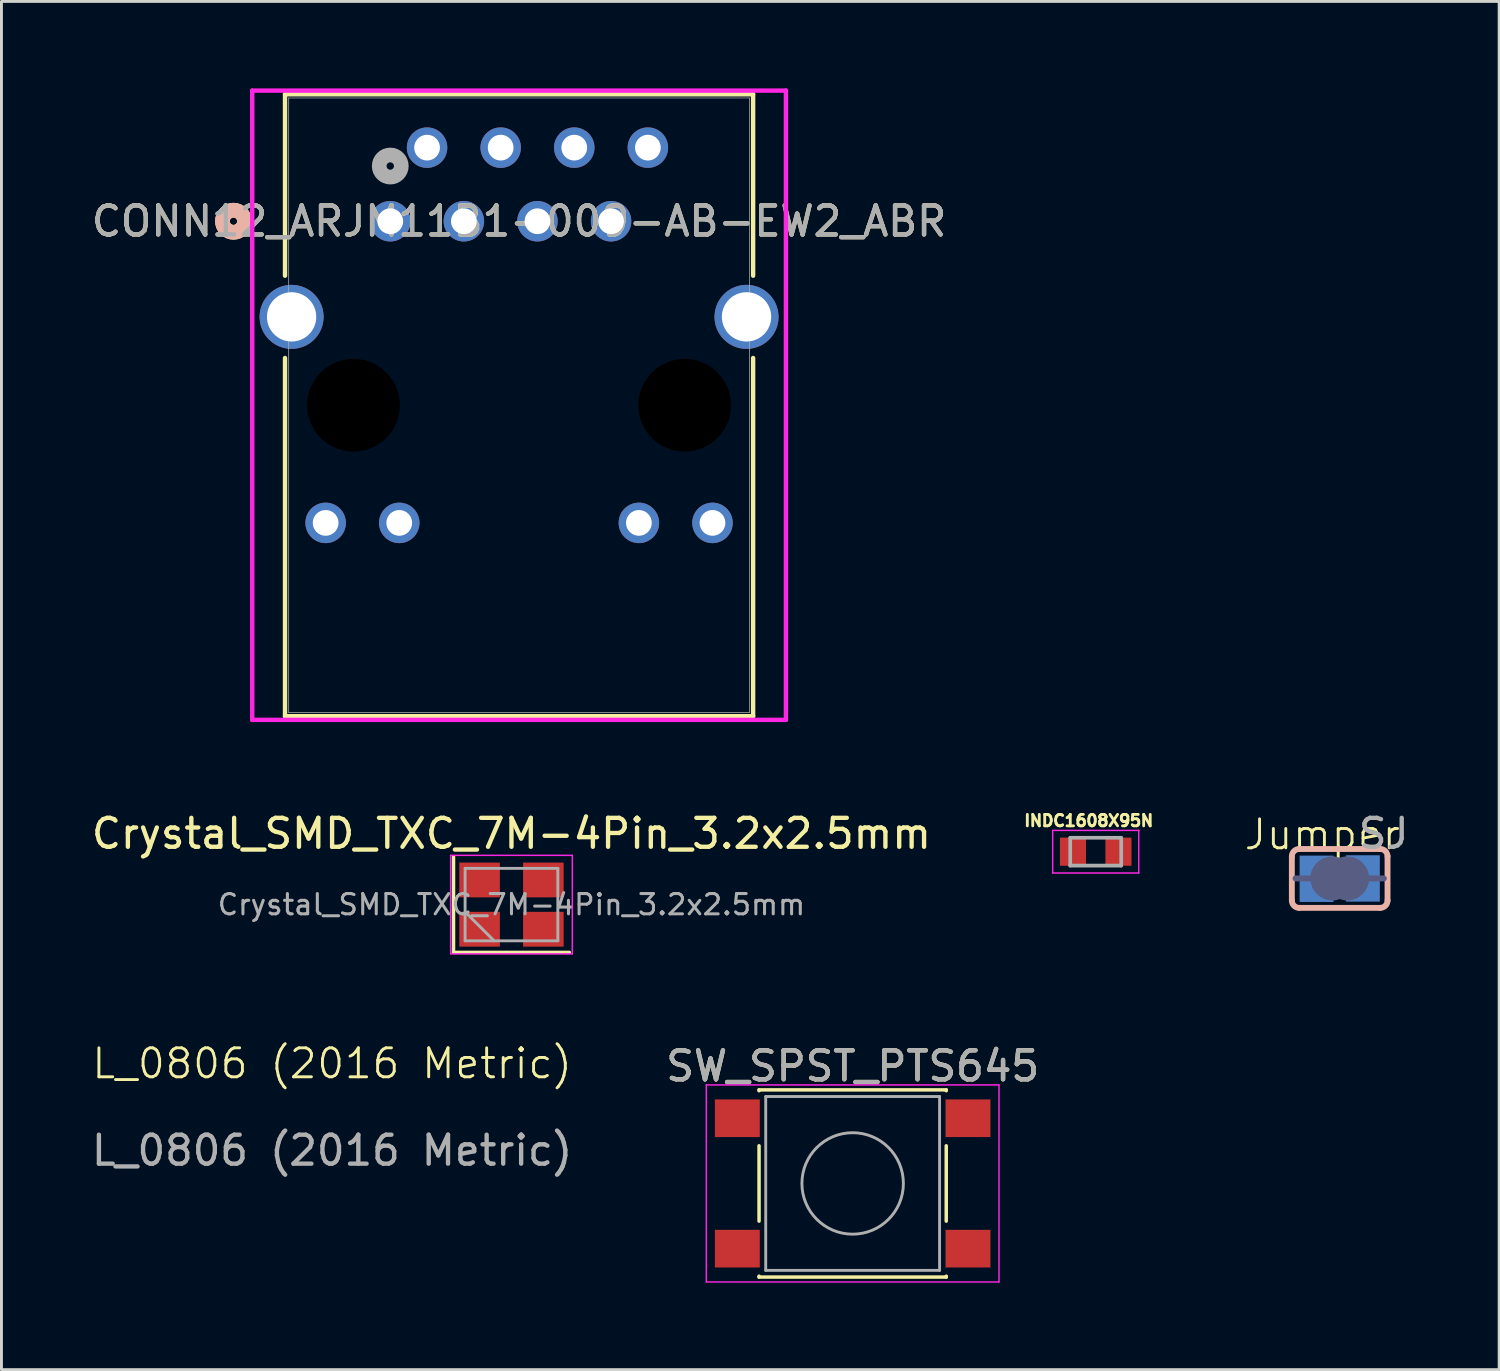
<source format=kicad_pcb>
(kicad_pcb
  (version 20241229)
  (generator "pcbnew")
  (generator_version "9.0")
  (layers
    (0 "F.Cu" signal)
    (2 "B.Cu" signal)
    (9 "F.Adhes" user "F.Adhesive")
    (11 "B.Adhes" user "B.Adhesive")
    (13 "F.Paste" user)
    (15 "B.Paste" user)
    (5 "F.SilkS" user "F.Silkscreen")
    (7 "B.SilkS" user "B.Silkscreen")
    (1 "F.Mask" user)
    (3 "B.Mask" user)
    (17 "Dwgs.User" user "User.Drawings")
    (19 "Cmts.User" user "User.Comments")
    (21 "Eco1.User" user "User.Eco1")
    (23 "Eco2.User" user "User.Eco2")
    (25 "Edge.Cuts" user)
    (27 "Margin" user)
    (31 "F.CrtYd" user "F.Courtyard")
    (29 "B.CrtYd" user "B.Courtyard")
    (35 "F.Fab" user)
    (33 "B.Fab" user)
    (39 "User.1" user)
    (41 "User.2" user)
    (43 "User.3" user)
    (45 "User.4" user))
  (footprint "Jumper"
    (layer "F.Cu")
    (at 44.76 26.323)
    (property "Reference" "Jumper" (at -2.176 -0.572 0) (unlocked yes) (layer "F.SilkS") (effects (font (size 1 1) (thickness 0.1))))
    (attr smd exclude_from_bom)
    (fp_poly (pts (xy -1.653 0.027) (xy -1.5 0.027) (xy -1.5 1.856) (xy -1.653 1.856)) (stroke (width 0) (type default)) (fill yes) (layer "B.Mask"))
    (fp_line (start -3.228 0.18) (end -3.228 1.704) (stroke (width 0.203) (type solid)) (layer "B.SilkS"))
    (fp_line (start -2.974 1.958) (end -0.18 1.958) (stroke (width 0.203) (type solid)) (layer "B.SilkS"))
    (fp_line (start -0.18 -0.074) (end -2.974 -0.074) (stroke (width 0.203) (type solid)) (layer "B.SilkS"))
    (fp_line (start 0.074 0.18) (end 0.074 1.704) (stroke (width 0.203) (type solid)) (layer "B.SilkS"))
    (fp_arc (start -3.227605 0.179605) (mid -3.15321 0) (end -2.973605 -0.074395) (stroke (width 0.2032) (type solid)) (layer "B.SilkS"))
    (fp_arc (start -2.973605 1.957605) (mid -3.15321 1.88321) (end -3.227605 1.703605) (stroke (width 0.2032) (type solid)) (layer "B.SilkS"))
    (fp_arc (start -0.179605 -0.074395) (mid 0 0) (end 0.074395 0.179605) (stroke (width 0.2032) (type solid)) (layer "B.SilkS"))
    (fp_arc (start 0.074395 1.703605) (mid 0 1.88321) (end -0.179605 1.957605) (stroke (width 0.2032) (type solid)) (layer "B.SilkS"))
    (fp_line (start -2.593 0.942) (end -3.101 0.942) (stroke (width 0.203) (type solid)) (layer "B.Fab"))
    (fp_line (start -0.561 0.942) (end -0.053 0.942) (stroke (width 0.203) (type solid)) (layer "B.Fab"))
    (fp_arc (start -1.830605 1.068605) (mid -1.957605 0.941605) (end -1.830605 0.814605) (stroke (width 1.27) (type solid)) (layer "B.Fab"))
    (fp_arc (start -1.322605 0.814605) (mid -1.195605 0.941605) (end -1.322605 1.068605) (stroke (width 1.27) (type solid)) (layer "B.Fab"))
    (fp_text user "SJ" (at -0.056 -0.605 0) (unlocked yes) (layer "F.Fab") (effects (font (size 1 1) (thickness 0.15))))
    (pad "1" smd rect (at -0.776 0.942 180) (size 1.168 1.6) (layers "B.Cu" "B.Mask"))
    (pad "2" smd rect (at -2.376 0.954 180) (size 1.168 1.6) (layers "B.Cu" "B.Mask")))
  (footprint "CONN12_ARJM11B1-009-AB-EW2_ABR"
    (layer "F.Cu")
    (at 14.863 10.935)
    (property "Reference" "CONN12_ARJM11B1-009-AB-EW2_ABR" (at 0 -6.35 0) (unlocked yes) (layer "F.SilkS") (effects (font (size 1 1) (thickness 0.15))))
    (attr through_hole)
    (fp_line (start -8.077 -10.732) (end -8.077 -4.47) (stroke (width 0.152) (type solid)) (layer "F.SilkS"))
    (fp_line (start -8.077 -1.63) (end -8.077 10.732) (stroke (width 0.152) (type solid)) (layer "F.SilkS"))
    (fp_line (start -8.077 10.732) (end 8.077 10.732) (stroke (width 0.152) (type solid)) (layer "F.SilkS"))
    (fp_line (start 8.077 -10.732) (end -8.077 -10.732) (stroke (width 0.152) (type solid)) (layer "F.SilkS"))
    (fp_line (start 8.077 -4.47) (end 8.077 -10.732) (stroke (width 0.152) (type solid)) (layer "F.SilkS"))
    (fp_line (start 8.077 10.732) (end 8.077 -1.63) (stroke (width 0.152) (type solid)) (layer "F.SilkS"))
    (fp_circle (center -9.855 -6.35) (end -9.474 -6.35) (stroke (width 0.508) (type solid)) (fill no) (layer "F.SilkS"))
    (fp_circle (center -9.855 -6.35) (end -9.474 -6.35) (stroke (width 0.508) (type solid)) (fill no) (layer "B.SilkS"))
    (fp_line (start -9.209 -10.858) (end -9.209 10.858) (stroke (width 0.152) (type solid)) (layer "F.CrtYd"))
    (fp_line (start -9.209 10.858) (end 9.209 10.858) (stroke (width 0.152) (type solid)) (layer "F.CrtYd"))
    (fp_line (start 9.209 -10.858) (end -9.209 -10.858) (stroke (width 0.152) (type solid)) (layer "F.CrtYd"))
    (fp_line (start 9.209 10.858) (end 9.209 -10.858) (stroke (width 0.152) (type solid)) (layer "F.CrtYd"))
    (fp_line (start -7.95 -10.604) (end -7.95 10.604) (stroke (width 0.025) (type solid)) (layer "F.Fab"))
    (fp_line (start -7.95 10.604) (end 7.95 10.604) (stroke (width 0.025) (type solid)) (layer "F.Fab"))
    (fp_line (start 7.95 -10.604) (end -7.95 -10.604) (stroke (width 0.025) (type solid)) (layer "F.Fab"))
    (fp_line (start 7.95 10.604) (end 7.95 -10.604) (stroke (width 0.025) (type solid)) (layer "F.Fab"))
    (fp_circle (center -4.445 -8.255) (end -4.064 -8.255) (stroke (width 0.508) (type solid)) (fill no) (layer "F.Fab"))
    (fp_text user "${REFERENCE}" (at 0 -6.35 0) (unlocked yes) (layer "F.Fab") (effects (font (size 1 1) (thickness 0.15))))
    (pad "" np_thru_hole circle (at -5.715 0) (size 3.2 3.2) (drill 3.2) (layers))
    (pad "" np_thru_hole circle (at 5.715 0) (size 3.2 3.2) (drill 3.2) (layers))
    (pad "1" thru_hole circle (at -4.445 -6.35) (size 1.397 1.397) (drill 0.889) (layers "*.Cu" "*.Mask"))
    (pad "2" thru_hole circle (at -3.175 -8.89) (size 1.397 1.397) (drill 0.889) (layers "*.Cu" "*.Mask"))
    (pad "3" thru_hole circle (at -1.905 -6.35) (size 1.397 1.397) (drill 0.889) (layers "*.Cu" "*.Mask"))
    (pad "4" thru_hole circle (at -0.635 -8.89) (size 1.397 1.397) (drill 0.889) (layers "*.Cu" "*.Mask"))
    (pad "5" thru_hole circle (at 0.635 -6.35) (size 1.397 1.397) (drill 0.889) (layers "*.Cu" "*.Mask"))
    (pad "6" thru_hole circle (at 1.905 -8.89) (size 1.397 1.397) (drill 0.889) (layers "*.Cu" "*.Mask"))
    (pad "7" thru_hole circle (at 3.175 -6.35) (size 1.397 1.397) (drill 0.889) (layers "*.Cu" "*.Mask"))
    (pad "8" thru_hole circle (at 4.445 -8.89) (size 1.397 1.397) (drill 0.889) (layers "*.Cu" "*.Mask"))
    (pad "9" thru_hole circle (at -6.675 4.06) (size 1.397 1.397) (drill 0.889) (layers "*.Cu" "*.Mask"))
    (pad "10" thru_hole circle (at -4.135 4.06) (size 1.397 1.397) (drill 0.889) (layers "*.Cu" "*.Mask"))
    (pad "11" thru_hole circle (at 4.135 4.06) (size 1.397 1.397) (drill 0.889) (layers "*.Cu" "*.Mask"))
    (pad "12" thru_hole circle (at 6.675 4.06) (size 1.397 1.397) (drill 0.889) (layers "*.Cu" "*.Mask"))
    (pad "13" thru_hole circle (at -7.85 -3.05) (size 2.21 2.21) (drill 1.702) (layers "*.Cu" "*.Mask"))
    (pad "14" thru_hole circle (at 7.85 -3.05) (size 2.21 2.21) (drill 1.702) (layers "*.Cu" "*.Mask")))
  (footprint "L_0806 (2016 Metric)"
    (layer "F.Cu")
    (at 8.411 34.153)
    (property "Reference" "L_0806 (2016 Metric)" (at 0 -0.5 0) (unlocked yes) (layer "F.SilkS") (effects (font (size 1 1) (thickness 0.1))))
    (attr smd)
    (fp_text user "${REFERENCE}" (at 0 2.5 0) (unlocked yes) (layer "F.Fab") (effects (font (size 1 1) (thickness 0.15)))))
  (footprint "INDC1608X95N"
    (layer "F.Cu")
    (at 34.763 26.342)
    (property "Reference" "INDC1608X95N" (at -0.24 -1.07 0) (layer "F.SilkS") (effects (font (size 0.394 0.394) (thickness 0.15))))
    (attr smd)
    (fp_line (start -1.485 -0.735) (end 1.485 -0.735) (stroke (width 0.05) (type solid)) (layer "F.CrtYd"))
    (fp_line (start -1.485 0.735) (end -1.485 -0.735) (stroke (width 0.05) (type solid)) (layer "F.CrtYd"))
    (fp_line (start -1.485 0.735) (end 1.485 0.735) (stroke (width 0.05) (type solid)) (layer "F.CrtYd"))
    (fp_line (start 1.485 0.735) (end 1.485 -0.735) (stroke (width 0.05) (type solid)) (layer "F.CrtYd"))
    (fp_line (start -0.88 0.48) (end -0.88 -0.48) (stroke (width 0.127) (type solid)) (layer "F.Fab"))
    (fp_line (start 0.88 -0.48) (end -0.88 -0.48) (stroke (width 0.127) (type solid)) (layer "F.Fab"))
    (fp_line (start 0.88 0.48) (end -0.88 0.48) (stroke (width 0.127) (type solid)) (layer "F.Fab"))
    (fp_line (start 0.88 0.48) (end 0.88 -0.48) (stroke (width 0.127) (type solid)) (layer "F.Fab"))
    (pad "1" smd rect (at -0.785 0) (size 0.9 0.97) (layers "F.Cu" "F.Mask" "F.Paste"))
    (pad "2" smd rect (at 0.785 0) (size 0.9 0.97) (layers "F.Cu" "F.Mask" "F.Paste")))
  (footprint "Crystal_SMD_TXC_7M-4Pin_3.2x2.5mm"
    (layer "F.Cu")
    (at 14.601 28.168)
    (property "Reference" "Crystal_SMD_TXC_7M-4Pin_3.2x2.5mm" (at 0 -2.45 180) (layer "F.SilkS") (effects (font (size 1 1) (thickness 0.15))))
    (attr smd)
    (fp_line (start -2 -1.65) (end -2 1.65) (stroke (width 0.12) (type solid)) (layer "F.SilkS"))
    (fp_line (start -2 1.65) (end 2 1.65) (stroke (width 0.12) (type solid)) (layer "F.SilkS"))
    (fp_line (start -2.1 -1.7) (end -2.1 1.7) (stroke (width 0.05) (type solid)) (layer "F.CrtYd"))
    (fp_line (start -2.1 1.7) (end 2.1 1.7) (stroke (width 0.05) (type solid)) (layer "F.CrtYd"))
    (fp_line (start 2.1 -1.7) (end -2.1 -1.7) (stroke (width 0.05) (type solid)) (layer "F.CrtYd"))
    (fp_line (start 2.1 1.7) (end 2.1 -1.7) (stroke (width 0.05) (type solid)) (layer "F.CrtYd"))
    (fp_line (start -1.6 -1.25) (end -1.6 1.25) (stroke (width 0.1) (type solid)) (layer "F.Fab"))
    (fp_line (start -1.6 0.25) (end -0.6 1.25) (stroke (width 0.1) (type solid)) (layer "F.Fab"))
    (fp_line (start -1.6 1.25) (end 1.6 1.25) (stroke (width 0.1) (type solid)) (layer "F.Fab"))
    (fp_line (start 1.6 -1.25) (end -1.6 -1.25) (stroke (width 0.1) (type solid)) (layer "F.Fab"))
    (fp_line (start 1.6 1.25) (end 1.6 -1.25) (stroke (width 0.1) (type solid)) (layer "F.Fab"))
    (fp_text user "${REFERENCE}" (at 0 0 180) (layer "F.Fab") (effects (font (size 0.7 0.7) (thickness 0.105))))
    (pad "1" smd rect (at -1.1 -0.85) (size 1.4 1.2) (layers "F.Cu" "F.Mask" "F.Paste"))
    (pad "1" smd rect (at -1.1 0.85) (size 1.4 1.2) (layers "F.Cu" "F.Mask" "F.Paste"))
    (pad "2" smd rect (at 1.1 -0.85) (size 1.4 1.2) (layers "F.Cu" "F.Mask" "F.Paste"))
    (pad "2" smd rect (at 1.1 0.85) (size 1.4 1.2) (layers "F.Cu" "F.Mask" "F.Paste")))
  (footprint "SW_SPST_PTS645"
    (layer "F.Cu")
    (at 26.375 37.791)
    (property "Reference" "SW_SPST_PTS645" (at 0 -4.05 0) (layer "F.SilkS") (effects (font (size 1 1) (thickness 0.15))))
    (attr smd)
    (fp_line (start -3.23 -3.23) (end 3.23 -3.23) (stroke (width 0.12) (type solid)) (layer "F.SilkS"))
    (fp_line (start -3.23 -3.2) (end -3.23 -3.23) (stroke (width 0.12) (type solid)) (layer "F.SilkS"))
    (fp_line (start -3.23 -1.3) (end -3.23 1.3) (stroke (width 0.12) (type solid)) (layer "F.SilkS"))
    (fp_line (start -3.23 3.23) (end -3.23 3.2) (stroke (width 0.12) (type solid)) (layer "F.SilkS"))
    (fp_line (start -3.23 3.23) (end 3.23 3.23) (stroke (width 0.12) (type solid)) (layer "F.SilkS"))
    (fp_line (start 3.23 -3.23) (end 3.23 -3.2) (stroke (width 0.12) (type solid)) (layer "F.SilkS"))
    (fp_line (start 3.23 -1.3) (end 3.23 1.3) (stroke (width 0.12) (type solid)) (layer "F.SilkS"))
    (fp_line (start 3.23 3.23) (end 3.23 3.2) (stroke (width 0.12) (type solid)) (layer "F.SilkS"))
    (fp_line (start -5.05 -3.4) (end -5.05 3.4) (stroke (width 0.05) (type solid)) (layer "F.CrtYd"))
    (fp_line (start -5.05 -3.4) (end 5.05 -3.4) (stroke (width 0.05) (type solid)) (layer "F.CrtYd"))
    (fp_line (start -5.05 3.4) (end 5.05 3.4) (stroke (width 0.05) (type solid)) (layer "F.CrtYd"))
    (fp_line (start 5.05 3.4) (end 5.05 -3.4) (stroke (width 0.05) (type solid)) (layer "F.CrtYd"))
    (fp_line (start -3 -3) (end -3 3) (stroke (width 0.1) (type solid)) (layer "F.Fab"))
    (fp_line (start -3 3) (end 3 3) (stroke (width 0.1) (type solid)) (layer "F.Fab"))
    (fp_line (start 3 -3) (end -3 -3) (stroke (width 0.1) (type solid)) (layer "F.Fab"))
    (fp_line (start 3 3) (end 3 -3) (stroke (width 0.1) (type solid)) (layer "F.Fab"))
    (fp_circle (center 0 0) (end 1.75 -0.05) (stroke (width 0.1) (type solid)) (fill no) (layer "F.Fab"))
    (fp_text user "${REFERENCE}" (at 0 -4.05 0) (layer "F.Fab") (effects (font (size 1 1) (thickness 0.15))))
    (pad "1" smd rect (at -3.98 -2.25) (size 1.55 1.3) (layers "F.Cu" "F.Mask" "F.Paste"))
    (pad "2" smd rect (at 3.98 -2.25) (size 1.55 1.3) (layers "F.Cu" "F.Mask" "F.Paste"))
    (pad "3" smd rect (at -3.98 2.25) (size 1.55 1.3) (layers "F.Cu" "F.Mask" "F.Paste"))
    (pad "4" smd rect (at 3.98 2.25) (size 1.55 1.3) (layers "F.Cu" "F.Mask" "F.Paste")))
  (gr_rect
    (start -3 -3)
    (end 48.686 44.216)
    (stroke (width 0.1) (type default))
    (fill no)
    (layer "Edge.Cuts")))
</source>
